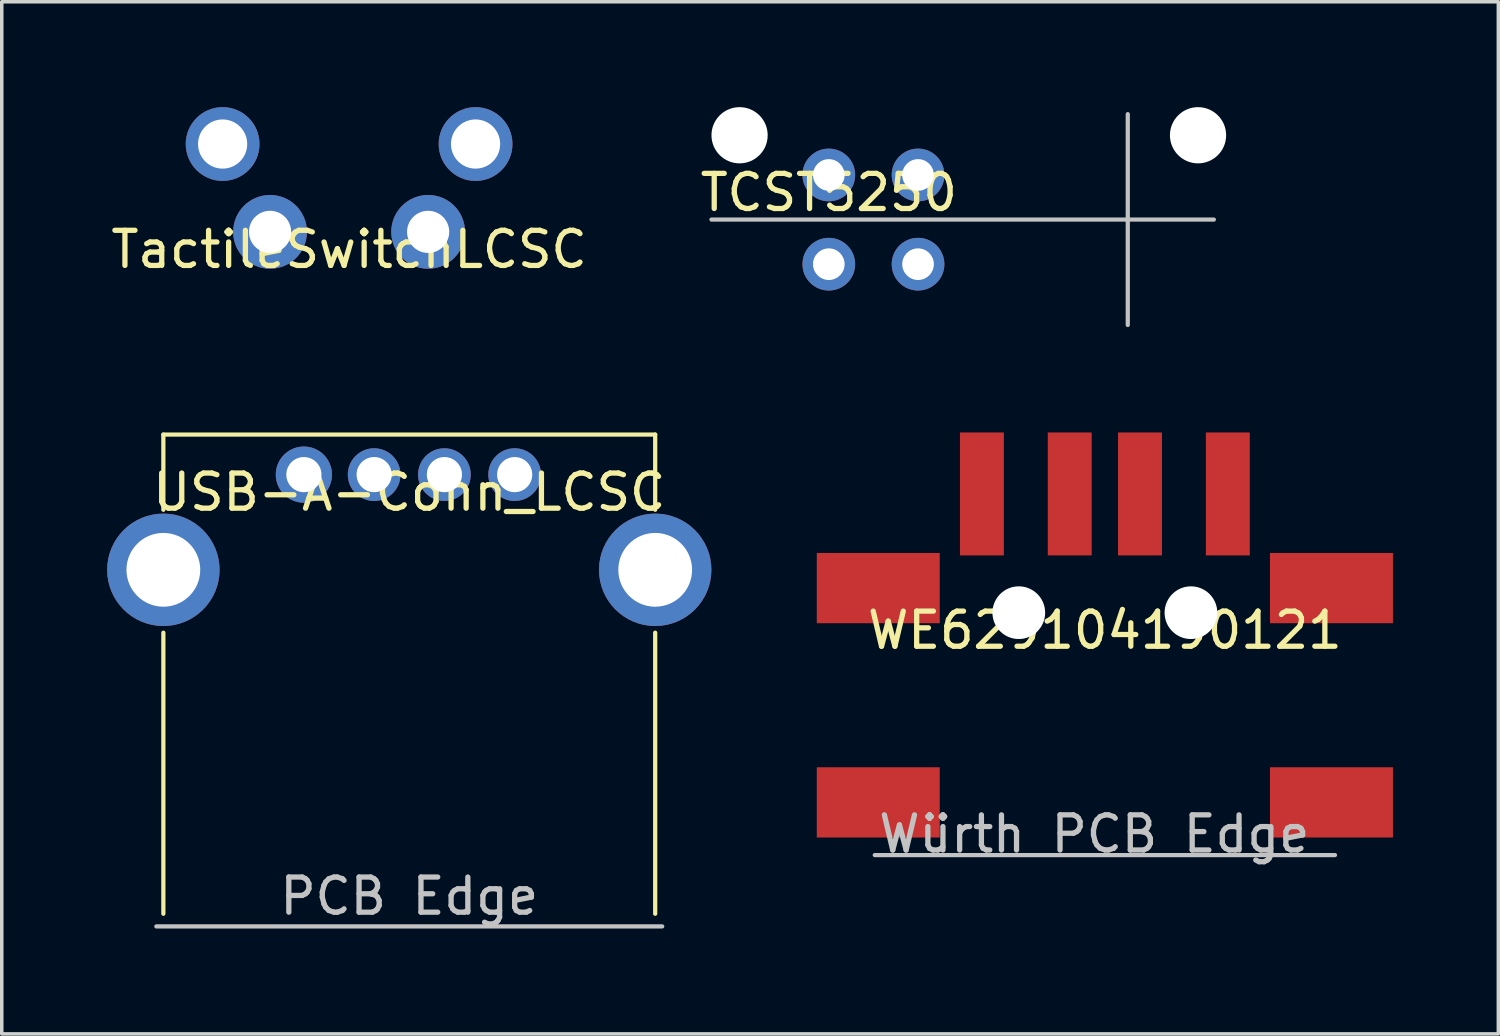
<source format=kicad_pcb>
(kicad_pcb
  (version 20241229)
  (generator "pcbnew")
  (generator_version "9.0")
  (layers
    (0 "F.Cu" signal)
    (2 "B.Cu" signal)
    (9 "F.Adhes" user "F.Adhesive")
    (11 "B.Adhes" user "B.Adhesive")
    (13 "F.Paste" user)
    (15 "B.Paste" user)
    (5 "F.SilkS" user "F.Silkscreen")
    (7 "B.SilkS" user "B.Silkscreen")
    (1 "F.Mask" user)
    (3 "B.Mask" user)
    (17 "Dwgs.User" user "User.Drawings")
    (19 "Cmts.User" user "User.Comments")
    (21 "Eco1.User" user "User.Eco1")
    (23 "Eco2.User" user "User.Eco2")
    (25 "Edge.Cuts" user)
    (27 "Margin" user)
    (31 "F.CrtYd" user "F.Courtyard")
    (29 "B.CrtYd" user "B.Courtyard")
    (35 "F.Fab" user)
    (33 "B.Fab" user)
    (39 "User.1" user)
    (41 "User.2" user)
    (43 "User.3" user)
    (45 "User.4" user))
  (footprint "TactileSwitchLCSC"
    (layer "F.Cu")
    (at 6.887 3.55)
    (property "Reference" "TactileSwitchLCSC" (at 0 0.5 0) (layer "F.SilkS") (effects (font (size 1 1) (thickness 0.15))))
    (attr through_hole)
    (pad "1" thru_hole circle (at -2.25 0) (size 2.1 2.1) (drill 1.2) (layers "*.Cu" "*.Mask"))
    (pad "2" thru_hole circle (at 2.25 0) (size 2.1 2.1) (drill 1.2) (layers "*.Cu" "*.Mask"))
    (pad "3" thru_hole circle (at -3.6 -2.5) (size 2.1 2.1) (drill 1.4) (layers "*.Cu" "*.Mask"))
    (pad "3" thru_hole circle (at 3.6 -2.5) (size 2.1 2.1) (drill 1.4) (layers "*.Cu" "*.Mask")))
  (footprint "TCST5250"
    (layer "F.Cu")
    (at 20.542 1.93)
    (property "Reference" "TCST5250" (at 0 0.5 0) (layer "F.SilkS") (effects (font (size 1 1) (thickness 0.15))))
    (attr through_hole)
    (fp_line (start -3.34 1.27) (end 10.96 1.27) (stroke (width 0.12) (type solid)) (layer "Dwgs.User"))
    (fp_line (start 8.51 -1.73) (end 8.51 4.27) (stroke (width 0.12) (type solid)) (layer "Dwgs.User"))
    (pad "" np_thru_hole circle (at -2.54 -1.13) (size 1.6 1.6) (drill 1.6) (layers "*.Cu" "*.Mask"))
    (pad "" np_thru_hole circle (at 10.51 -1.13) (size 1.6 1.6) (drill 1.6) (layers "*.Cu" "*.Mask"))
    (pad "1" thru_hole circle (at 0 0) (size 1.5 1.5) (drill 0.9) (layers "*.Cu" "*.Mask"))
    (pad "2" thru_hole circle (at 0 2.54) (size 1.5 1.5) (drill 0.9) (layers "*.Cu" "*.Mask"))
    (pad "3" thru_hole circle (at 2.54 0) (size 1.5 1.5) (drill 0.9) (layers "*.Cu" "*.Mask"))
    (pad "4" thru_hole circle (at 2.54 2.54) (size 1.5 1.5) (drill 0.9) (layers "*.Cu" "*.Mask")))
  (footprint "WE629104190121"
    (layer "F.Cu")
    (at 28.4 14.39)
    (property "Reference" "WE629104190121" (at 0 0.5 0) (layer "F.SilkS") (effects (font (size 1 1) (thickness 0.15))))
    (attr through_hole)
    (fp_line (start -6.55 6.9) (end 6.55 6.9) (stroke (width 0.12) (type solid)) (layer "Dwgs.User"))
    (fp_text user "Würth PCB Edge" (at -0.3 6.3 0) (layer "Dwgs.User") (effects (font (size 1 1) (thickness 0.15))))
    (pad "" np_thru_hole circle (at -2.45 0) (size 1.5 1.5) (drill 1.5) (layers "*.Cu" "*.Mask"))
    (pad "" np_thru_hole circle (at 2.45 0) (size 1.5 1.5) (drill 1.5) (layers "*.Cu" "*.Mask"))
    (pad "1" smd rect (at -3.5 -3.38) (size 1.25 3.5) (layers "F.Cu" "F.Mask" "F.Paste"))
    (pad "2" smd rect (at -1 -3.38) (size 1.25 3.5) (layers "F.Cu" "F.Mask" "F.Paste"))
    (pad "3" smd rect (at 1 -3.38) (size 1.25 3.5) (layers "F.Cu" "F.Mask" "F.Paste"))
    (pad "4" smd rect (at 3.5 -3.38) (size 1.25 3.5) (layers "F.Cu" "F.Mask" "F.Paste"))
    (pad "5" smd rect (at -6.45 -0.7) (size 3.5 2) (layers "F.Cu" "F.Mask" "F.Paste"))
    (pad "5" smd rect (at -6.45 5.4) (size 3.5 2) (layers "F.Cu" "F.Mask" "F.Paste"))
    (pad "5" smd rect (at 6.45 -0.7) (size 3.5 2) (layers "F.Cu" "F.Mask" "F.Paste"))
    (pad "5" smd rect (at 6.45 5.4) (size 3.5 2) (layers "F.Cu" "F.Mask" "F.Paste")))
  (footprint "USB-A-Conn_LCSC"
    (layer "F.Cu")
    (at 8.6 10.46)
    (property "Reference" "USB-A-Conn_LCSC" (at 0 0.5 0) (layer "F.SilkS") (effects (font (size 1 1) (thickness 0.15))))
    (attr through_hole)
    (fp_line (start -7 -1.14) (end 7 -1.14) (stroke (width 0.12) (type solid)) (layer "F.SilkS"))
    (fp_line (start -7 1) (end -7 -1.14) (stroke (width 0.12) (type solid)) (layer "F.SilkS"))
    (fp_line (start -7 4.5) (end -7 12.5) (stroke (width 0.12) (type solid)) (layer "F.SilkS"))
    (fp_line (start 7 -1.14) (end 7 1) (stroke (width 0.12) (type solid)) (layer "F.SilkS"))
    (fp_line (start 7 4.5) (end 7 12.5) (stroke (width 0.12) (type solid)) (layer "F.SilkS"))
    (fp_line (start -7.2 12.86) (end 7.2 12.86) (stroke (width 0.12) (type solid)) (layer "Dwgs.User"))
    (fp_text user "PCB Edge" (at 0 12 0) (layer "Dwgs.User") (effects (font (size 1 1) (thickness 0.15))))
    (pad "1" thru_hole circle (at -3 0) (size 1.6 1.6) (drill 1) (layers "*.Cu" "*.Mask"))
    (pad "2" thru_hole circle (at -1 0) (size 1.5 1.5) (drill 1) (layers "*.Cu" "*.Mask"))
    (pad "3" thru_hole circle (at 1 0) (size 1.5 1.5) (drill 1) (layers "*.Cu" "*.Mask"))
    (pad "4" thru_hole circle (at 3 0) (size 1.5 1.5) (drill 1) (layers "*.Cu" "*.Mask"))
    (pad "5" thru_hole circle (at -7 2.71) (size 3.2 3.2) (drill 2.1) (layers "*.Cu" "*.Mask"))
    (pad "5" thru_hole circle (at 7 2.71) (size 3.2 3.2) (drill 2.1) (layers "*.Cu" "*.Mask")))
  (gr_rect
    (start -3 -3)
    (end 39.6 26.38)
    (stroke (width 0.1) (type default))
    (fill no)
    (layer "Edge.Cuts")))
</source>
